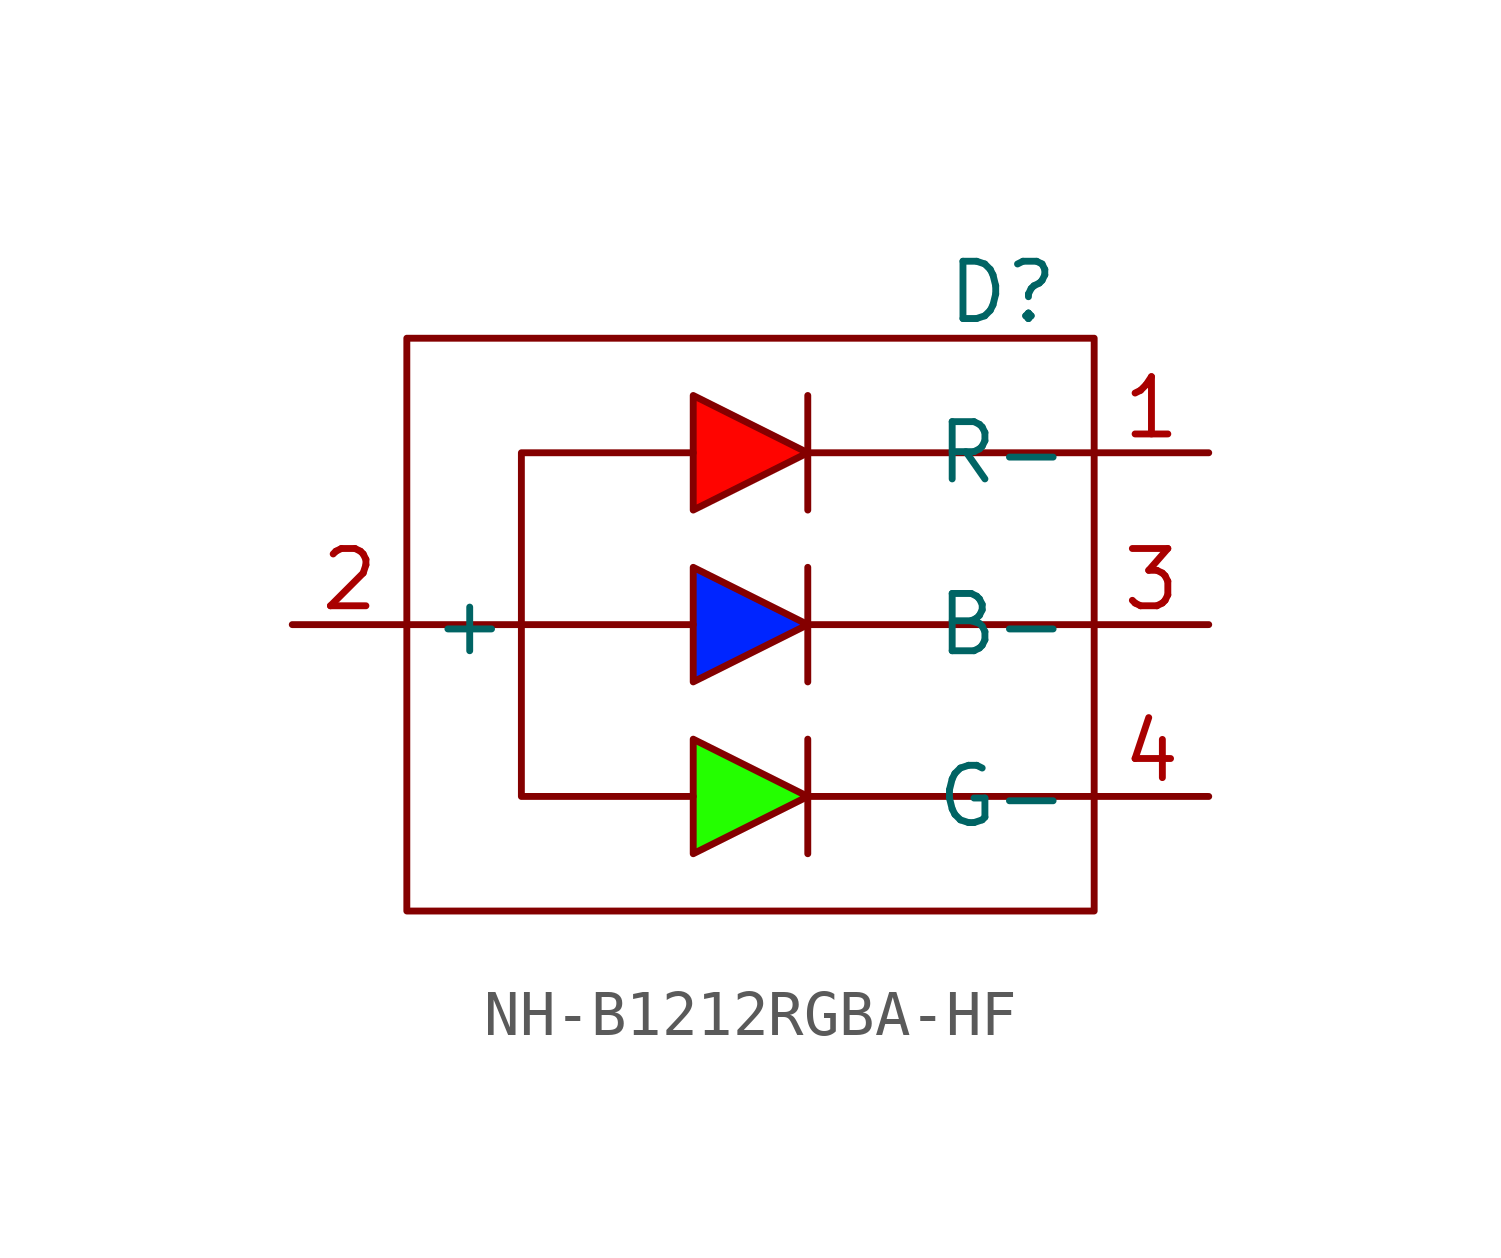
<source format=kicad_sym>
(kicad_symbol_lib
  (version 20231120)
  (generator "kicad_symbol_editor")
  (generator_version "8.0")
  (symbol "NH-B1212RGBA-HF"
    (property "Reference" "D"
      (at 6.858 7.366 0)
      (effects (font (size 1.27 1.27))))
    (property "Value" ""
      (at 0 0 0)
      (effects (font (size 1.27 1.27))))
    (symbol "NH-B1212RGBA-HF_0_1"
      (rectangle (start -6.35 6.35) (end 8.89 -6.35) (stroke (width 0) (type default)) (fill (type none)))
      (polyline (pts (xy -3.81 0) (xy 0 0)) (stroke (width 0) (type default)) (fill (type none)))
      (polyline (pts (xy 8.89 -3.81) (xy 2.54 -3.81)) (stroke (width 0) (type default)) (fill (type none)))
      (polyline (pts (xy 8.89 0) (xy 2.54 0)) (stroke (width 0) (type default)) (fill (type none)))
      (polyline (pts (xy 8.89 3.81) (xy 2.54 3.81)) (stroke (width 0) (type default)) (fill (type none)))
      (polyline (pts (xy -3.81 0) (xy -3.81 -3.81) (xy 0 -3.81)) (stroke (width 0) (type default)) (fill (type none)))
      (polyline (pts (xy 2.54 -3.81) (xy 2.54 -2.54) (xy 2.54 -5.08)) (stroke (width 0) (type default)) (fill (type none)))
      (polyline (pts (xy 2.54 0) (xy 2.54 1.27) (xy 2.54 -1.27)) (stroke (width 0) (type default)) (fill (type none)))
      (polyline (pts (xy 2.54 3.81) (xy 2.54 5.08) (xy 2.54 2.54)) (stroke (width 0) (type default)) (fill (type none)))
      (polyline (pts (xy -6.35 0) (xy -3.81 0) (xy -3.81 3.81) (xy 0 3.81)) (stroke (width 0) (type default)) (fill (type none)))
      (polyline (pts (xy 0 -2.54) (xy 0 -5.08) (xy 2.54 -3.81) (xy 0 -2.54)) (stroke (width 0) (type default)) (fill (type color) (color 36 255 0 1)))
      (polyline (pts (xy 0 1.27) (xy 0 -1.27) (xy 2.54 0) (xy 0 1.27)) (stroke (width 0) (type default)) (fill (type color) (color 0 37 255 1)))
      (polyline (pts (xy 0 5.08) (xy 0 2.54) (xy 2.54 3.81) (xy 0 5.08)) (stroke (width 0) (type default)) (fill (type color) (color 255 4 0 1))))
    (symbol "NH-B1212RGBA-HF_1_1"
      (pin output line (at 11.43 3.81 180) (length 2.54) (name "R-" (effects (font (size 1.27 1.27)))) (number "1" (effects (font (size 1.27 1.27)))))
      (pin input line (at -8.89 0 0) (length 2.54) (name "+" (effects (font (size 1.27 1.27)))) (number "2" (effects (font (size 1.27 1.27)))))
      (pin output line (at 11.43 0 180) (length 2.54) (name "B-" (effects (font (size 1.27 1.27)))) (number "3" (effects (font (size 1.27 1.27)))))
      (pin output line (at 11.43 -3.81 180) (length 2.54) (name "G-" (effects (font (size 1.27 1.27)))) (number "4" (effects (font (size 1.27 1.27))))))))
</source>
